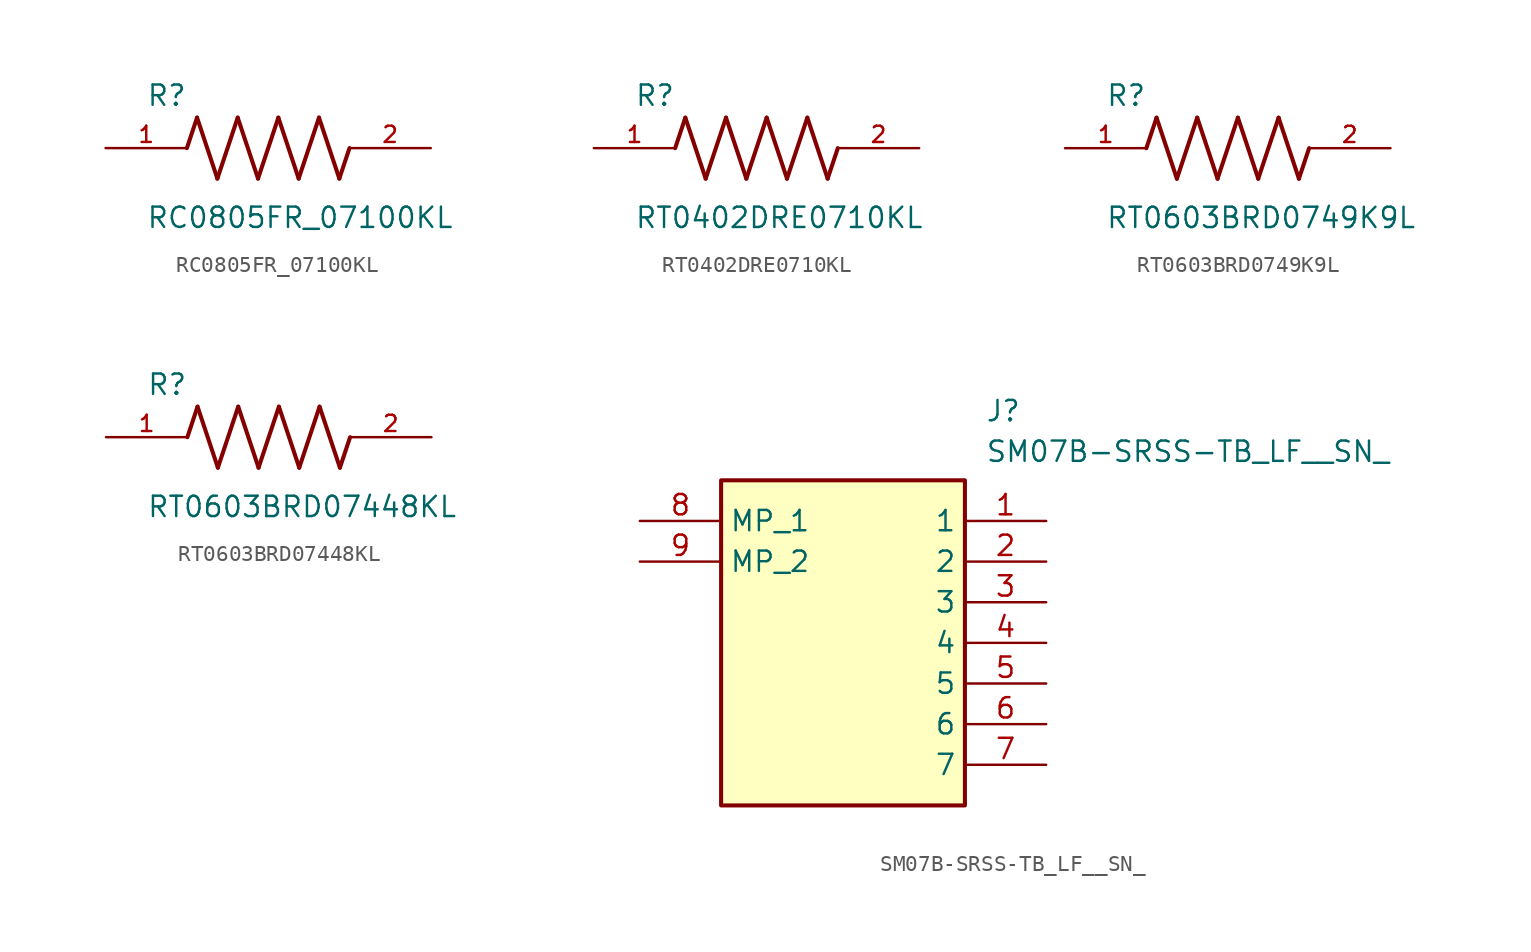
<source format=kicad_sym>
(kicad_symbol_lib
  (version 20241209)
  (generator "kicad_symbol_editor")
  (generator_version "9.0")
  (symbol "RC0805FR_07100KL"
    (pin_names
      (offset 1.016))
    (property "Reference" "R"
      (at -7.624 2.542 0)
      (effects (font (size 1.27 1.27)) (justify left bottom)))
    (property "Value" "RC0805FR_07100KL"
      (at -7.63 -5.087 0)
      (effects (font (size 1.27 1.27)) (justify left bottom)))
    (symbol "RC0805FR_07100KL_0_0"
      (polyline (pts (xy -5.08 0) (xy -4.445 1.905)) (stroke (width 0.254) (type default)) (fill (type none)))
      (polyline (pts (xy -4.445 1.905) (xy -3.175 -1.905)) (stroke (width 0.254) (type default)) (fill (type none)))
      (polyline (pts (xy -3.175 -1.905) (xy -1.905 1.905)) (stroke (width 0.254) (type default)) (fill (type none)))
      (polyline (pts (xy -1.905 1.905) (xy -0.635 -1.905)) (stroke (width 0.254) (type default)) (fill (type none)))
      (polyline (pts (xy -0.635 -1.905) (xy 0.635 1.905)) (stroke (width 0.254) (type default)) (fill (type none)))
      (polyline (pts (xy 0.635 1.905) (xy 1.905 -1.905)) (stroke (width 0.254) (type default)) (fill (type none)))
      (polyline (pts (xy 1.905 -1.905) (xy 3.175 1.905)) (stroke (width 0.254) (type default)) (fill (type none)))
      (polyline (pts (xy 3.175 1.905) (xy 4.445 -1.905)) (stroke (width 0.254) (type default)) (fill (type none)))
      (polyline (pts (xy 4.445 -1.905) (xy 5.08 0)) (stroke (width 0.254) (type default)) (fill (type none)))
      (pin passive line (at -10.16 0 0) (length 5.08) (name "~" (effects (font (size 1.016 1.016)))) (number "1" (effects (font (size 1.016 1.016)))))
      (pin passive line (at 10.16 0 180) (length 5.08) (name "~" (effects (font (size 1.016 1.016)))) (number "2" (effects (font (size 1.016 1.016)))))))
  (symbol "RT0402DRE0710KL"
    (pin_names
      (offset 1.016))
    (property "Reference" "R"
      (at -7.624 2.542 0)
      (effects (font (size 1.27 1.27)) (justify left bottom)))
    (property "Value" "RT0402DRE0710KL"
      (at -7.63 -5.087 0)
      (effects (font (size 1.27 1.27)) (justify left bottom)))
    (symbol "RT0402DRE0710KL_0_0"
      (polyline (pts (xy -5.08 0) (xy -4.445 1.905)) (stroke (width 0.254) (type default)) (fill (type none)))
      (polyline (pts (xy -4.445 1.905) (xy -3.175 -1.905)) (stroke (width 0.254) (type default)) (fill (type none)))
      (polyline (pts (xy -3.175 -1.905) (xy -1.905 1.905)) (stroke (width 0.254) (type default)) (fill (type none)))
      (polyline (pts (xy -1.905 1.905) (xy -0.635 -1.905)) (stroke (width 0.254) (type default)) (fill (type none)))
      (polyline (pts (xy -0.635 -1.905) (xy 0.635 1.905)) (stroke (width 0.254) (type default)) (fill (type none)))
      (polyline (pts (xy 0.635 1.905) (xy 1.905 -1.905)) (stroke (width 0.254) (type default)) (fill (type none)))
      (polyline (pts (xy 1.905 -1.905) (xy 3.175 1.905)) (stroke (width 0.254) (type default)) (fill (type none)))
      (polyline (pts (xy 3.175 1.905) (xy 4.445 -1.905)) (stroke (width 0.254) (type default)) (fill (type none)))
      (polyline (pts (xy 4.445 -1.905) (xy 5.08 0)) (stroke (width 0.254) (type default)) (fill (type none)))
      (pin passive line (at -10.16 0 0) (length 5.08) (name "~" (effects (font (size 1.016 1.016)))) (number "1" (effects (font (size 1.016 1.016)))))
      (pin passive line (at 10.16 0 180) (length 5.08) (name "~" (effects (font (size 1.016 1.016)))) (number "2" (effects (font (size 1.016 1.016)))))))
  (symbol "RT0603BRD0749K9L"
    (pin_names
      (offset 1.016))
    (property "Reference" "R"
      (at -7.624 2.542 0)
      (effects (font (size 1.27 1.27)) (justify left bottom)))
    (property "Value" "RT0603BRD0749K9L"
      (at -7.63 -5.087 0)
      (effects (font (size 1.27 1.27)) (justify left bottom)))
    (symbol "RT0603BRD0749K9L_0_0"
      (polyline (pts (xy -5.08 0) (xy -4.445 1.905)) (stroke (width 0.254) (type default)) (fill (type none)))
      (polyline (pts (xy -4.445 1.905) (xy -3.175 -1.905)) (stroke (width 0.254) (type default)) (fill (type none)))
      (polyline (pts (xy -3.175 -1.905) (xy -1.905 1.905)) (stroke (width 0.254) (type default)) (fill (type none)))
      (polyline (pts (xy -1.905 1.905) (xy -0.635 -1.905)) (stroke (width 0.254) (type default)) (fill (type none)))
      (polyline (pts (xy -0.635 -1.905) (xy 0.635 1.905)) (stroke (width 0.254) (type default)) (fill (type none)))
      (polyline (pts (xy 0.635 1.905) (xy 1.905 -1.905)) (stroke (width 0.254) (type default)) (fill (type none)))
      (polyline (pts (xy 1.905 -1.905) (xy 3.175 1.905)) (stroke (width 0.254) (type default)) (fill (type none)))
      (polyline (pts (xy 3.175 1.905) (xy 4.445 -1.905)) (stroke (width 0.254) (type default)) (fill (type none)))
      (polyline (pts (xy 4.445 -1.905) (xy 5.08 0)) (stroke (width 0.254) (type default)) (fill (type none)))
      (pin passive line (at -10.16 0 0) (length 5.08) (name "~" (effects (font (size 1.016 1.016)))) (number "1" (effects (font (size 1.016 1.016)))))
      (pin passive line (at 10.16 0 180) (length 5.08) (name "~" (effects (font (size 1.016 1.016)))) (number "2" (effects (font (size 1.016 1.016)))))))
  (symbol "RT0603BRD07448KL"
    (pin_names
      (offset 1.016))
    (property "Reference" "R"
      (at -7.624 2.542 0)
      (effects (font (size 1.27 1.27)) (justify left bottom)))
    (property "Value" "RT0603BRD07448KL"
      (at -7.63 -5.087 0)
      (effects (font (size 1.27 1.27)) (justify left bottom)))
    (symbol "RT0603BRD07448KL_0_0"
      (polyline (pts (xy -5.08 0) (xy -4.445 1.905)) (stroke (width 0.254) (type default)) (fill (type none)))
      (polyline (pts (xy -4.445 1.905) (xy -3.175 -1.905)) (stroke (width 0.254) (type default)) (fill (type none)))
      (polyline (pts (xy -3.175 -1.905) (xy -1.905 1.905)) (stroke (width 0.254) (type default)) (fill (type none)))
      (polyline (pts (xy -1.905 1.905) (xy -0.635 -1.905)) (stroke (width 0.254) (type default)) (fill (type none)))
      (polyline (pts (xy -0.635 -1.905) (xy 0.635 1.905)) (stroke (width 0.254) (type default)) (fill (type none)))
      (polyline (pts (xy 0.635 1.905) (xy 1.905 -1.905)) (stroke (width 0.254) (type default)) (fill (type none)))
      (polyline (pts (xy 1.905 -1.905) (xy 3.175 1.905)) (stroke (width 0.254) (type default)) (fill (type none)))
      (polyline (pts (xy 3.175 1.905) (xy 4.445 -1.905)) (stroke (width 0.254) (type default)) (fill (type none)))
      (polyline (pts (xy 4.445 -1.905) (xy 5.08 0)) (stroke (width 0.254) (type default)) (fill (type none)))
      (pin passive line (at -10.16 0 0) (length 5.08) (name "~" (effects (font (size 1.016 1.016)))) (number "1" (effects (font (size 1.016 1.016)))))
      (pin passive line (at 10.16 0 180) (length 5.08) (name "~" (effects (font (size 1.016 1.016)))) (number "2" (effects (font (size 1.016 1.016)))))))
  (symbol "SM07B-SRSS-TB_LF__SN_"
    (property "Reference" "J"
      (at 21.59 7.62 0)
      (effects (font (size 1.27 1.27)) (justify left top)))
    (property "Value" "SM07B-SRSS-TB_LF__SN_"
      (at 21.59 5.08 0)
      (effects (font (size 1.27 1.27)) (justify left top)))
    (symbol "SM07B-SRSS-TB_LF__SN__1_1"
      (rectangle (start 5.08 2.54) (end 20.32 -17.78) (stroke (width 0.254) (type default)) (fill (type background)))
      (pin passive line (at 0 0 0) (length 5.08) (name "MP_1" (effects (font (size 1.27 1.27)))) (number "8" (effects (font (size 1.27 1.27)))))
      (pin passive line (at 0 -2.54 0) (length 5.08) (name "MP_2" (effects (font (size 1.27 1.27)))) (number "9" (effects (font (size 1.27 1.27)))))
      (pin passive line (at 25.4 0 180) (length 5.08) (name "1" (effects (font (size 1.27 1.27)))) (number "1" (effects (font (size 1.27 1.27)))))
      (pin passive line (at 25.4 -2.54 180) (length 5.08) (name "2" (effects (font (size 1.27 1.27)))) (number "2" (effects (font (size 1.27 1.27)))))
      (pin passive line (at 25.4 -5.08 180) (length 5.08) (name "3" (effects (font (size 1.27 1.27)))) (number "3" (effects (font (size 1.27 1.27)))))
      (pin passive line (at 25.4 -7.62 180) (length 5.08) (name "4" (effects (font (size 1.27 1.27)))) (number "4" (effects (font (size 1.27 1.27)))))
      (pin passive line (at 25.4 -10.16 180) (length 5.08) (name "5" (effects (font (size 1.27 1.27)))) (number "5" (effects (font (size 1.27 1.27)))))
      (pin passive line (at 25.4 -12.7 180) (length 5.08) (name "6" (effects (font (size 1.27 1.27)))) (number "6" (effects (font (size 1.27 1.27)))))
      (pin passive line (at 25.4 -15.24 180) (length 5.08) (name "7" (effects (font (size 1.27 1.27)))) (number "7" (effects (font (size 1.27 1.27))))))))
</source>
